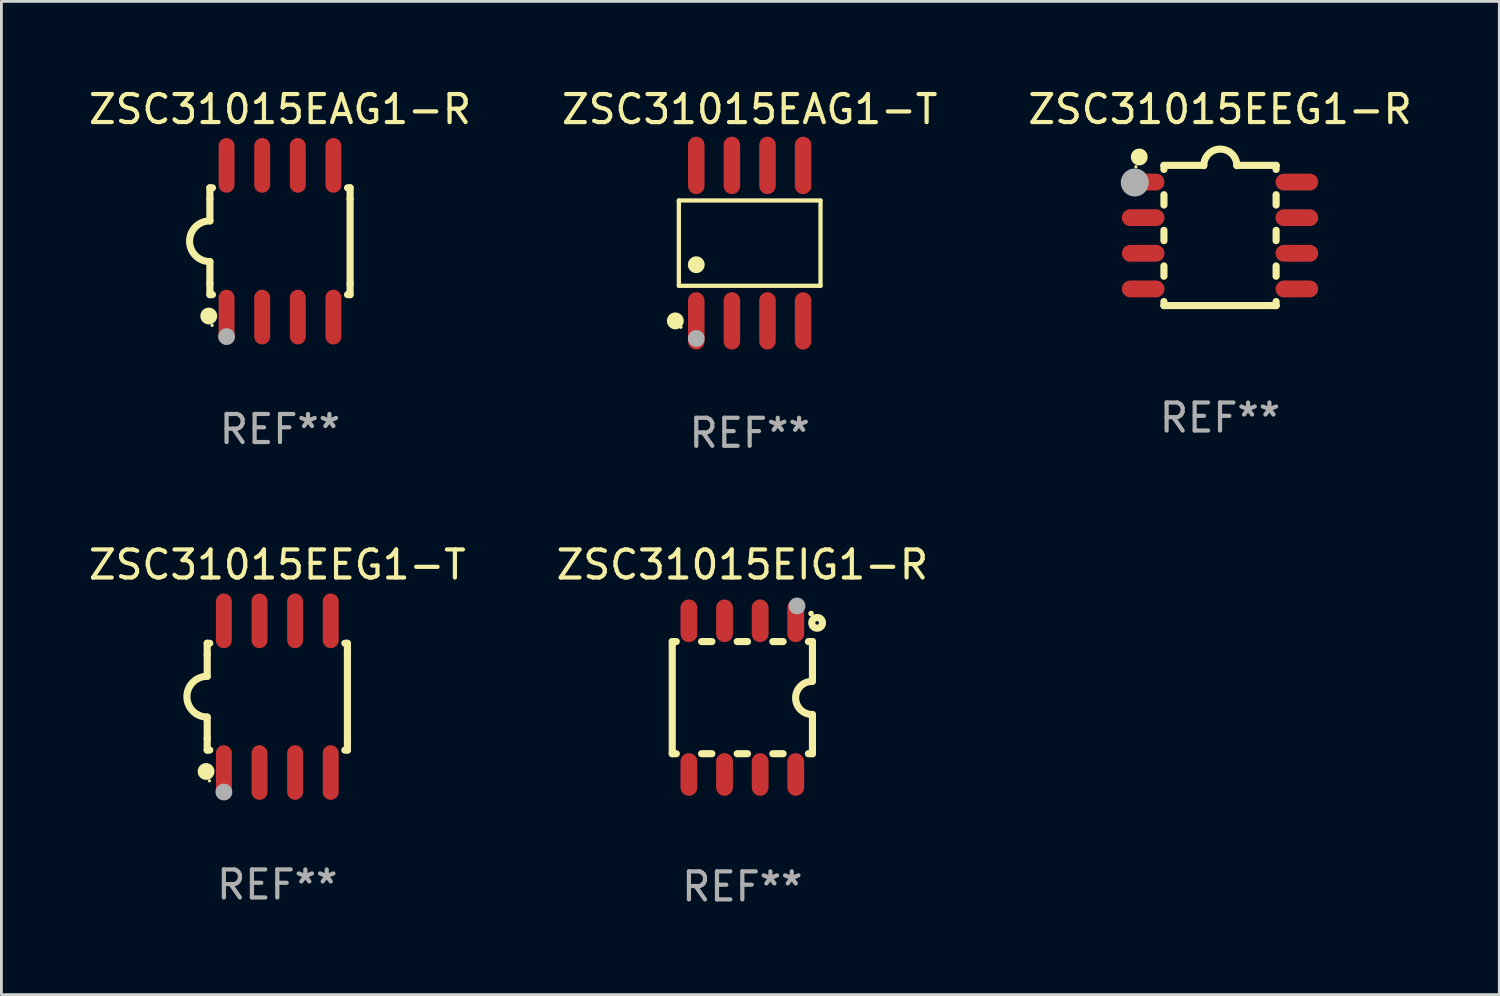
<source format=kicad_pcb>
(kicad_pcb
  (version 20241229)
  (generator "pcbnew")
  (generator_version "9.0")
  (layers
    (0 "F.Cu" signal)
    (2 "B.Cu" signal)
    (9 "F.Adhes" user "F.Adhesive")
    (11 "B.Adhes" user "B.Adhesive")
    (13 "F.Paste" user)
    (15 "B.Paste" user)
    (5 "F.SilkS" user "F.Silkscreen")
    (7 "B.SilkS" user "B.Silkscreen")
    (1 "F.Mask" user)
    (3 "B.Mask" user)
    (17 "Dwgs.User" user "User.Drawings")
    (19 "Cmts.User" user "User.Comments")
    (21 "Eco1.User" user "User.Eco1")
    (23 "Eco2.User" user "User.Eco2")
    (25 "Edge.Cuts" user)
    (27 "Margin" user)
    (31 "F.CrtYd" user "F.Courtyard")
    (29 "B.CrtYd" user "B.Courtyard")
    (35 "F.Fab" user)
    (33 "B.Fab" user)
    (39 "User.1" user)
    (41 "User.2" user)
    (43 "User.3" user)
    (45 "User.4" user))
  (footprint "ZSC31015EAG1-T"
    (layer "F.Cu")
    (at 23.685 5.621)
    (property "Reference" "ZSC31015EAG1-T" (at 0 -4.772 0) (layer "F.SilkS") (effects (font (size 1 1) (thickness 0.15))))
    (attr through_hole)
    (fp_line (start -2.526 -1.521) (end 2.526 -1.521) (stroke (width 0.152) (type solid)) (layer "F.SilkS"))
    (fp_line (start -2.526 1.521) (end -2.526 -1.521) (stroke (width 0.152) (type solid)) (layer "F.SilkS"))
    (fp_line (start 2.526 -1.521) (end 2.526 1.521) (stroke (width 0.152) (type solid)) (layer "F.SilkS"))
    (fp_line (start 2.526 1.521) (end -2.526 1.521) (stroke (width 0.152) (type solid)) (layer "F.SilkS"))
    (fp_circle (center -2.652 2.772) (end -2.501 2.772) (stroke (width 0.3) (type solid)) (fill no) (layer "F.SilkS"))
    (fp_circle (center -2.45 3) (end -2.42 3) (stroke (width 0.06) (type solid)) (fill no) (layer "F.SilkS"))
    (fp_circle (center -1.905 0.769) (end -1.755 0.769) (stroke (width 0.3) (type solid)) (fill no) (layer "F.SilkS"))
    (fp_circle (center -1.905 3.4) (end -1.755 3.4) (stroke (width 0.3) (type solid)) (fill no) (layer "F.Fab"))
    (fp_text user "REF**" (at 0 6.772 0) (layer "F.Fab") (effects (font (size 1 1) (thickness 0.15))))
    (pad "1" smd oval (at -1.905 2.772) (size 0.588 2.045) (layers "F.Cu" "F.Mask" "F.Paste"))
    (pad "2" smd oval (at -0.635 2.772) (size 0.588 2.045) (layers "F.Cu" "F.Mask" "F.Paste"))
    (pad "3" smd oval (at 0.635 2.772) (size 0.588 2.045) (layers "F.Cu" "F.Mask" "F.Paste"))
    (pad "4" smd oval (at 1.905 2.772) (size 0.588 2.045) (layers "F.Cu" "F.Mask" "F.Paste"))
    (pad "5" smd oval (at 1.905 -2.772) (size 0.588 2.045) (layers "F.Cu" "F.Mask" "F.Paste"))
    (pad "6" smd oval (at 0.635 -2.772) (size 0.588 2.045) (layers "F.Cu" "F.Mask" "F.Paste"))
    (pad "7" smd oval (at -0.635 -2.772) (size 0.588 2.045) (layers "F.Cu" "F.Mask" "F.Paste"))
    (pad "8" smd oval (at -1.905 -2.772) (size 0.588 2.045) (layers "F.Cu" "F.Mask" "F.Paste")))
  (footprint "ZSC31015EEG1-T"
    (layer "F.Cu")
    (at 6.839 21.795)
    (property "Reference" "ZSC31015EEG1-T" (at 0 -4.705 0) (layer "F.SilkS") (effects (font (size 1 1) (thickness 0.15))))
    (attr through_hole)
    (fp_line (start -2.5 -1.905) (end -2.409 -1.905) (stroke (width 0.254) (type solid)) (layer "F.SilkS"))
    (fp_line (start -2.5 -1.5) (end -2.5 -1.905) (stroke (width 0.254) (type solid)) (layer "F.SilkS"))
    (fp_line (start -2.5 -1.5) (end -2.5 -0.726) (stroke (width 0.254) (type solid)) (layer "F.SilkS"))
    (fp_line (start -2.5 1.5) (end -2.5 0.727) (stroke (width 0.254) (type solid)) (layer "F.SilkS"))
    (fp_line (start -2.5 1.5) (end -2.5 1.905) (stroke (width 0.254) (type solid)) (layer "F.SilkS"))
    (fp_line (start -2.5 1.905) (end -2.409 1.905) (stroke (width 0.254) (type solid)) (layer "F.SilkS"))
    (fp_line (start 2.5 -1.905) (end 2.409 -1.905) (stroke (width 0.254) (type solid)) (layer "F.SilkS"))
    (fp_line (start 2.5 -1.5) (end 2.5 -1.905) (stroke (width 0.254) (type solid)) (layer "F.SilkS"))
    (fp_line (start 2.5 -1.5) (end 2.5 1.5) (stroke (width 0.254) (type solid)) (layer "F.SilkS"))
    (fp_line (start 2.5 1.5) (end 2.5 1.905) (stroke (width 0.254) (type solid)) (layer "F.SilkS"))
    (fp_line (start 2.5 1.905) (end 2.409 1.905) (stroke (width 0.254) (type solid)) (layer "F.SilkS"))
    (fp_arc (start -2.5 0.726568) (mid -3.220316 -0.0023) (end -2.495097 -0.726289) (stroke (width 0.254001) (type solid)) (layer "F.SilkS"))
    (fp_circle (center -2.54 2.667) (end -2.39 2.667) (stroke (width 0.3) (type solid)) (fill no) (layer "F.SilkS"))
    (fp_circle (center -2.42 3) (end -2.39 3) (stroke (width 0.06) (type solid)) (fill no) (layer "F.SilkS"))
    (fp_circle (center -1.905 3.4) (end -1.755 3.4) (stroke (width 0.3) (type solid)) (fill no) (layer "F.Fab"))
    (fp_text user "REF**" (at 0 6.705 0) (layer "F.Fab") (effects (font (size 1 1) (thickness 0.15))))
    (pad "1" smd oval (at -1.905 2.705) (size 0.568 1.95) (layers "F.Cu" "F.Mask" "F.Paste"))
    (pad "2" smd oval (at -0.635 2.705) (size 0.568 1.95) (layers "F.Cu" "F.Mask" "F.Paste"))
    (pad "3" smd oval (at 0.635 2.705) (size 0.568 1.95) (layers "F.Cu" "F.Mask" "F.Paste"))
    (pad "4" smd oval (at 1.905 2.705) (size 0.568 1.95) (layers "F.Cu" "F.Mask" "F.Paste"))
    (pad "5" smd oval (at 1.905 -2.705) (size 0.568 1.95) (layers "F.Cu" "F.Mask" "F.Paste"))
    (pad "6" smd oval (at 0.635 -2.705) (size 0.568 1.95) (layers "F.Cu" "F.Mask" "F.Paste"))
    (pad "7" smd oval (at -0.635 -2.705) (size 0.568 1.95) (layers "F.Cu" "F.Mask" "F.Paste"))
    (pad "8" smd oval (at -1.905 -2.705) (size 0.568 1.95) (layers "F.Cu" "F.Mask" "F.Paste")))
  (footprint "ZSC31015EIG1-R"
    (layer "F.Cu")
    (at 23.423 21.829)
    (property "Reference" "ZSC31015EIG1-R" (at 0 -4.74 0) (layer "F.SilkS") (effects (font (size 1 1) (thickness 0.15))))
    (attr through_hole)
    (fp_line (start -2.5 2) (end -2.5 -2) (stroke (width 0.254) (type solid)) (layer "F.SilkS"))
    (fp_line (start -2.356 -2) (end -2.5 -2) (stroke (width 0.254) (type solid)) (layer "F.SilkS"))
    (fp_line (start -2.356 2) (end -2.5 2) (stroke (width 0.254) (type solid)) (layer "F.SilkS"))
    (fp_line (start -1.086 -2) (end -1.454 -2) (stroke (width 0.254) (type solid)) (layer "F.SilkS"))
    (fp_line (start -1.086 2) (end -1.454 2) (stroke (width 0.254) (type solid)) (layer "F.SilkS"))
    (fp_line (start 0.184 -2) (end -0.184 -2) (stroke (width 0.254) (type solid)) (layer "F.SilkS"))
    (fp_line (start 0.184 2) (end -0.184 2) (stroke (width 0.254) (type solid)) (layer "F.SilkS"))
    (fp_line (start 1.454 -2) (end 1.086 -2) (stroke (width 0.254) (type solid)) (layer "F.SilkS"))
    (fp_line (start 1.454 2) (end 1.086 2) (stroke (width 0.254) (type solid)) (layer "F.SilkS"))
    (fp_line (start 2.5 -2) (end 2.356 -2) (stroke (width 0.254) (type solid)) (layer "F.SilkS"))
    (fp_line (start 2.5 -0.58) (end 2.5 -2) (stroke (width 0.254) (type solid)) (layer "F.SilkS"))
    (fp_line (start 2.5 2) (end 2.356 2) (stroke (width 0.254) (type solid)) (layer "F.SilkS"))
    (fp_line (start 2.5 2) (end 2.5 0.6) (stroke (width 0.254) (type solid)) (layer "F.SilkS"))
    (fp_arc (start 2.489992 0.600051) (mid 1.901674 0.010046) (end 2.489992 -0.579959) (stroke (width 0.254001) (type solid)) (layer "F.SilkS"))
    (fp_circle (center 2.45 -3) (end 2.5 -3) (stroke (width 0.1) (type solid)) (fill no) (layer "F.SilkS"))
    (fp_circle (center 2.667 -2.667) (end 2.858 -2.667) (stroke (width 0.254) (type solid)) (fill no) (layer "F.SilkS"))
    (fp_circle (center 1.95 -3.27) (end 2.1 -3.27) (stroke (width 0.3) (type solid)) (fill no) (layer "F.Fab"))
    (fp_text user "REF**" (at 0 6.74 0) (layer "F.Fab") (effects (font (size 1 1) (thickness 0.15))))
    (pad "1" smd oval (at 1.905 -2.74) (size 0.6 1.52) (layers "F.Cu" "F.Mask" "F.Paste"))
    (pad "2" smd oval (at 0.635 -2.74) (size 0.6 1.52) (layers "F.Cu" "F.Mask" "F.Paste"))
    (pad "3" smd oval (at -0.635 -2.74) (size 0.6 1.52) (layers "F.Cu" "F.Mask" "F.Paste"))
    (pad "4" smd oval (at -1.905 -2.74) (size 0.6 1.52) (layers "F.Cu" "F.Mask" "F.Paste"))
    (pad "5" smd oval (at -1.905 2.74) (size 0.6 1.52) (layers "F.Cu" "F.Mask" "F.Paste"))
    (pad "6" smd oval (at -0.635 2.74) (size 0.6 1.52) (layers "F.Cu" "F.Mask" "F.Paste"))
    (pad "7" smd oval (at 0.635 2.74) (size 0.6 1.52) (layers "F.Cu" "F.Mask" "F.Paste"))
    (pad "8" smd oval (at 1.905 2.74) (size 0.6 1.52) (layers "F.Cu" "F.Mask" "F.Paste")))
  (footprint "ZSC31015EAG1-R"
    (layer "F.Cu")
    (at 6.935 5.553)
    (property "Reference" "ZSC31015EAG1-R" (at 0 -4.705 0) (layer "F.SilkS") (effects (font (size 1 1) (thickness 0.15))))
    (attr through_hole)
    (fp_line (start -2.5 -1.905) (end -2.409 -1.905) (stroke (width 0.254) (type solid)) (layer "F.SilkS"))
    (fp_line (start -2.5 -1.5) (end -2.5 -1.905) (stroke (width 0.254) (type solid)) (layer "F.SilkS"))
    (fp_line (start -2.5 -1.5) (end -2.5 -0.726) (stroke (width 0.254) (type solid)) (layer "F.SilkS"))
    (fp_line (start -2.5 1.5) (end -2.5 0.727) (stroke (width 0.254) (type solid)) (layer "F.SilkS"))
    (fp_line (start -2.5 1.5) (end -2.5 1.905) (stroke (width 0.254) (type solid)) (layer "F.SilkS"))
    (fp_line (start -2.5 1.905) (end -2.409 1.905) (stroke (width 0.254) (type solid)) (layer "F.SilkS"))
    (fp_line (start 2.5 -1.905) (end 2.409 -1.905) (stroke (width 0.254) (type solid)) (layer "F.SilkS"))
    (fp_line (start 2.5 -1.5) (end 2.5 -1.905) (stroke (width 0.254) (type solid)) (layer "F.SilkS"))
    (fp_line (start 2.5 -1.5) (end 2.5 1.5) (stroke (width 0.254) (type solid)) (layer "F.SilkS"))
    (fp_line (start 2.5 1.5) (end 2.5 1.905) (stroke (width 0.254) (type solid)) (layer "F.SilkS"))
    (fp_line (start 2.5 1.905) (end 2.409 1.905) (stroke (width 0.254) (type solid)) (layer "F.SilkS"))
    (fp_arc (start -2.5 0.726568) (mid -3.220316 -0.0023) (end -2.495097 -0.726289) (stroke (width 0.254001) (type solid)) (layer "F.SilkS"))
    (fp_circle (center -2.54 2.667) (end -2.39 2.667) (stroke (width 0.3) (type solid)) (fill no) (layer "F.SilkS"))
    (fp_circle (center -2.42 3) (end -2.39 3) (stroke (width 0.06) (type solid)) (fill no) (layer "F.SilkS"))
    (fp_circle (center -1.905 3.4) (end -1.755 3.4) (stroke (width 0.3) (type solid)) (fill no) (layer "F.Fab"))
    (fp_text user "REF**" (at 0 6.705 0) (layer "F.Fab") (effects (font (size 1 1) (thickness 0.15))))
    (pad "1" smd oval (at -1.905 2.705) (size 0.568 1.95) (layers "F.Cu" "F.Mask" "F.Paste"))
    (pad "2" smd oval (at -0.635 2.705) (size 0.568 1.95) (layers "F.Cu" "F.Mask" "F.Paste"))
    (pad "3" smd oval (at 0.635 2.705) (size 0.568 1.95) (layers "F.Cu" "F.Mask" "F.Paste"))
    (pad "4" smd oval (at 1.905 2.705) (size 0.568 1.95) (layers "F.Cu" "F.Mask" "F.Paste"))
    (pad "5" smd oval (at 1.905 -2.705) (size 0.568 1.95) (layers "F.Cu" "F.Mask" "F.Paste"))
    (pad "6" smd oval (at 0.635 -2.705) (size 0.568 1.95) (layers "F.Cu" "F.Mask" "F.Paste"))
    (pad "7" smd oval (at -0.635 -2.705) (size 0.568 1.95) (layers "F.Cu" "F.Mask" "F.Paste"))
    (pad "8" smd oval (at -1.905 -2.705) (size 0.568 1.95) (layers "F.Cu" "F.Mask" "F.Paste")))
  (footprint "ZSC31015EEG1-R"
    (layer "F.Cu")
    (at 40.458 5.348)
    (property "Reference" "ZSC31015EEG1-R" (at 0 -4.5 0) (layer "F.SilkS") (effects (font (size 1 1) (thickness 0.15))))
    (attr through_hole)
    (fp_line (start -2 -2.5) (end -2 -2.356) (stroke (width 0.254) (type solid)) (layer "F.SilkS"))
    (fp_line (start -2 -1.454) (end -2 -1.086) (stroke (width 0.254) (type solid)) (layer "F.SilkS"))
    (fp_line (start -2 -0.184) (end -2 0.184) (stroke (width 0.254) (type solid)) (layer "F.SilkS"))
    (fp_line (start -2 1.086) (end -2 1.454) (stroke (width 0.254) (type solid)) (layer "F.SilkS"))
    (fp_line (start -2 2.356) (end -2 2.5) (stroke (width 0.254) (type solid)) (layer "F.SilkS"))
    (fp_line (start -0.58 -2.5) (end -2 -2.5) (stroke (width 0.254) (type solid)) (layer "F.SilkS"))
    (fp_line (start 2 -2.5) (end 0.6 -2.5) (stroke (width 0.254) (type solid)) (layer "F.SilkS"))
    (fp_line (start 2 -2.5) (end 2 -2.356) (stroke (width 0.254) (type solid)) (layer "F.SilkS"))
    (fp_line (start 2 -1.454) (end 2 -1.086) (stroke (width 0.254) (type solid)) (layer "F.SilkS"))
    (fp_line (start 2 -0.184) (end 2 0.184) (stroke (width 0.254) (type solid)) (layer "F.SilkS"))
    (fp_line (start 2 1.086) (end 2 1.454) (stroke (width 0.254) (type solid)) (layer "F.SilkS"))
    (fp_line (start 2 2.356) (end 2 2.5) (stroke (width 0.254) (type solid)) (layer "F.SilkS"))
    (fp_line (start 2 2.5) (end -2 2.5) (stroke (width 0.254) (type solid)) (layer "F.SilkS"))
    (fp_arc (start -0.579908 -2.489992) (mid 0.010097 -3.07831) (end 0.600102 -2.489992) (stroke (width 0.254001) (type solid)) (layer "F.SilkS"))
    (fp_circle (center -3 -2.45) (end -2.97 -2.45) (stroke (width 0.06) (type solid)) (fill no) (layer "F.SilkS"))
    (fp_circle (center -2.88 -2.8) (end -2.73 -2.8) (stroke (width 0.3) (type solid)) (fill no) (layer "F.SilkS"))
    (fp_circle (center -3.04 -1.89) (end -2.79 -1.89) (stroke (width 0.5) (type solid)) (fill no) (layer "F.Fab"))
    (fp_text user "REF**" (at 0 6.5 0) (layer "F.Fab") (effects (font (size 1 1) (thickness 0.15))))
    (pad "1" smd oval (at -2.74 -1.905 90) (size 0.6 1.52) (layers "F.Cu" "F.Mask" "F.Paste"))
    (pad "2" smd oval (at -2.74 -0.635 90) (size 0.6 1.52) (layers "F.Cu" "F.Mask" "F.Paste"))
    (pad "3" smd oval (at -2.74 0.635 90) (size 0.6 1.52) (layers "F.Cu" "F.Mask" "F.Paste"))
    (pad "4" smd oval (at -2.74 1.905 90) (size 0.6 1.52) (layers "F.Cu" "F.Mask" "F.Paste"))
    (pad "5" smd oval (at 2.74 1.905 90) (size 0.6 1.52) (layers "F.Cu" "F.Mask" "F.Paste"))
    (pad "6" smd oval (at 2.74 0.635 90) (size 0.6 1.52) (layers "F.Cu" "F.Mask" "F.Paste"))
    (pad "7" smd oval (at 2.74 -0.635 90) (size 0.6 1.52) (layers "F.Cu" "F.Mask" "F.Paste"))
    (pad "8" smd oval (at 2.74 -1.905 90) (size 0.6 1.52) (layers "F.Cu" "F.Mask" "F.Paste")))
  (gr_rect
    (start -3 -3)
    (end 50.417 32.418)
    (stroke (width 0.1) (type default))
    (fill no)
    (layer "Edge.Cuts")))
</source>
